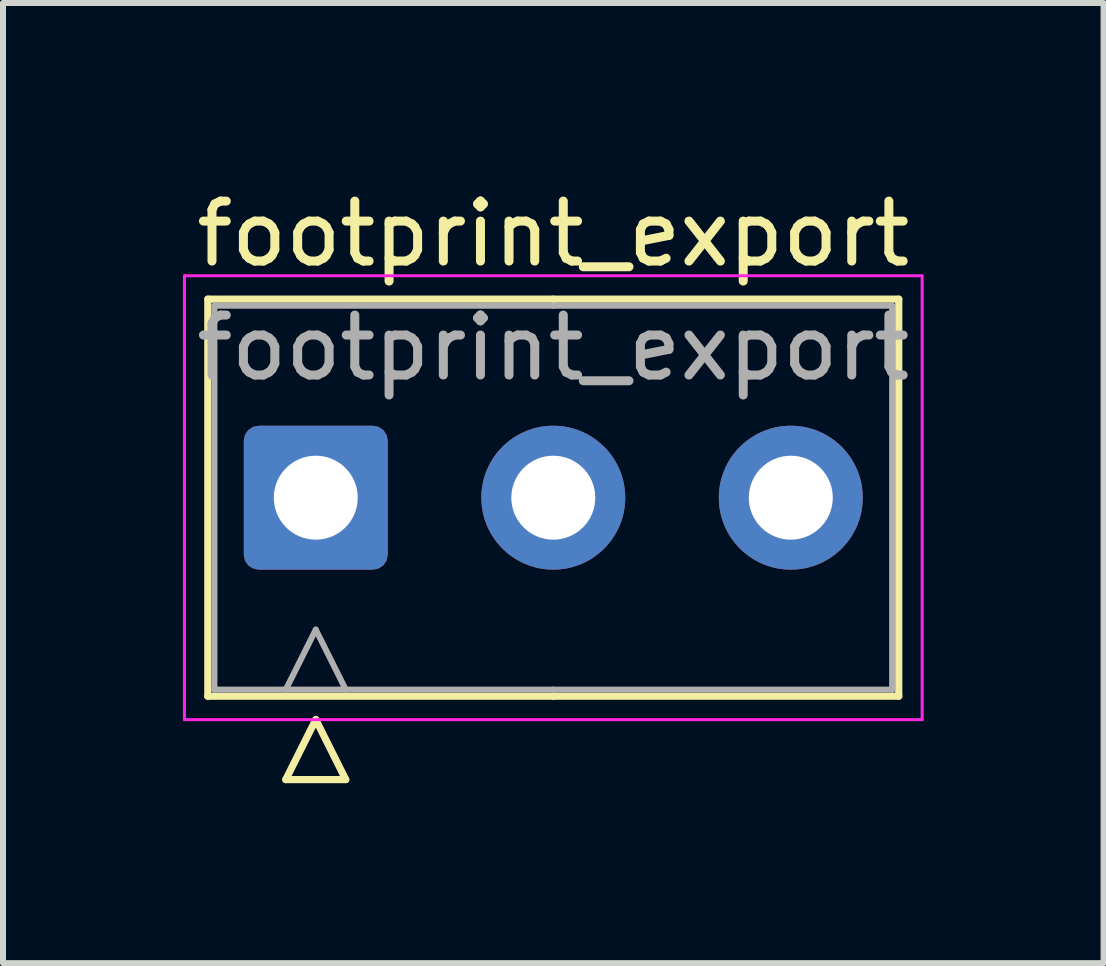
<source format=kicad_pcb>
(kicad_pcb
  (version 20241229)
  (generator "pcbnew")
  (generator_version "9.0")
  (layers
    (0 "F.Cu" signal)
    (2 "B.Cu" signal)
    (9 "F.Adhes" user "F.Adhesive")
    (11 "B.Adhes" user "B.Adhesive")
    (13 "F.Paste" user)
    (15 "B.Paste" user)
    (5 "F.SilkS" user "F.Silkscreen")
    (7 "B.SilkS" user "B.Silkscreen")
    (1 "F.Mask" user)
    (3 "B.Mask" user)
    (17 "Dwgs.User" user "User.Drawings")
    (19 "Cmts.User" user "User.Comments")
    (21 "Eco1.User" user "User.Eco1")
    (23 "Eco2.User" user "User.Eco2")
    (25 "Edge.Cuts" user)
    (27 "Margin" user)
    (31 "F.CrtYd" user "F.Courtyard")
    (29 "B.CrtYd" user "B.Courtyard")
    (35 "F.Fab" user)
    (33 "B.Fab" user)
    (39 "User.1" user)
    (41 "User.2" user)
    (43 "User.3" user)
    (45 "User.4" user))
  (footprint "footprint_export"
    (layer "F.Cu")
    (at 2.215 5.248)
    (property "Reference" "footprint_export" (at 3.96 -4.4 0) (layer "F.SilkS") (effects (font (size 1 1) (thickness 0.15))))
    (attr through_hole)
    (fp_line (start -1.8 -3.31) (end -1.8 3.31) (stroke (width 0.12) (type solid)) (layer "F.SilkS"))
    (fp_line (start -1.8 3.31) (end 3.96 3.31) (stroke (width 0.12) (type solid)) (layer "F.SilkS"))
    (fp_line (start -0.5 4.7) (end 0 3.7) (stroke (width 0.12) (type solid)) (layer "F.SilkS"))
    (fp_line (start 0 3.7) (end 0.5 4.7) (stroke (width 0.12) (type solid)) (layer "F.SilkS"))
    (fp_line (start 0.5 4.7) (end -0.5 4.7) (stroke (width 0.12) (type solid)) (layer "F.SilkS"))
    (fp_line (start 3.96 -3.31) (end -1.8 -3.31) (stroke (width 0.12) (type solid)) (layer "F.SilkS"))
    (fp_line (start 3.96 -3.31) (end 9.72 -3.31) (stroke (width 0.12) (type solid)) (layer "F.SilkS"))
    (fp_line (start 9.72 -3.31) (end 9.72 3.31) (stroke (width 0.12) (type solid)) (layer "F.SilkS"))
    (fp_line (start 9.72 3.31) (end 3.96 3.31) (stroke (width 0.12) (type solid)) (layer "F.SilkS"))
    (fp_line (start -2.19 -3.7) (end -2.19 3.7) (stroke (width 0.05) (type solid)) (layer "F.CrtYd"))
    (fp_line (start -2.19 3.7) (end 10.11 3.7) (stroke (width 0.05) (type solid)) (layer "F.CrtYd"))
    (fp_line (start 10.11 -3.7) (end -2.19 -3.7) (stroke (width 0.05) (type solid)) (layer "F.CrtYd"))
    (fp_line (start 10.11 3.7) (end 10.11 -3.7) (stroke (width 0.05) (type solid)) (layer "F.CrtYd"))
    (fp_line (start -1.69 -3.2) (end -1.69 3.2) (stroke (width 0.1) (type solid)) (layer "F.Fab"))
    (fp_line (start -1.69 3.2) (end 3.96 3.2) (stroke (width 0.1) (type solid)) (layer "F.Fab"))
    (fp_line (start -0.5 3.2) (end 0 2.2) (stroke (width 0.1) (type solid)) (layer "F.Fab"))
    (fp_line (start 0 2.2) (end 0.5 3.2) (stroke (width 0.1) (type solid)) (layer "F.Fab"))
    (fp_line (start 3.96 -3.2) (end -1.69 -3.2) (stroke (width 0.1) (type solid)) (layer "F.Fab"))
    (fp_line (start 3.96 -3.2) (end 9.61 -3.2) (stroke (width 0.1) (type solid)) (layer "F.Fab"))
    (fp_line (start 9.61 -3.2) (end 9.61 3.2) (stroke (width 0.1) (type solid)) (layer "F.Fab"))
    (fp_line (start 9.61 3.2) (end 3.96 3.2) (stroke (width 0.1) (type solid)) (layer "F.Fab"))
    (fp_text user "${REFERENCE}" (at 3.96 -2.5 0) (layer "F.Fab") (effects (font (size 1 1) (thickness 0.15))))
    (pad "1" thru_hole roundrect (at 0 0) (size 2.4 2.4) (drill 1.4) (layers "*.Cu" "*.Mask") (roundrect_rratio 0.104))
    (pad "2" thru_hole circle (at 3.96 0) (size 2.4 2.4) (drill 1.4) (layers "*.Cu" "*.Mask"))
    (pad "3" thru_hole circle (at 7.92 0) (size 2.4 2.4) (drill 1.4) (layers "*.Cu" "*.Mask")))
  (gr_rect
    (start -3 -3)
    (end 15.35 13.008)
    (stroke (width 0.1) (type default))
    (fill no)
    (layer "Edge.Cuts")))
</source>
